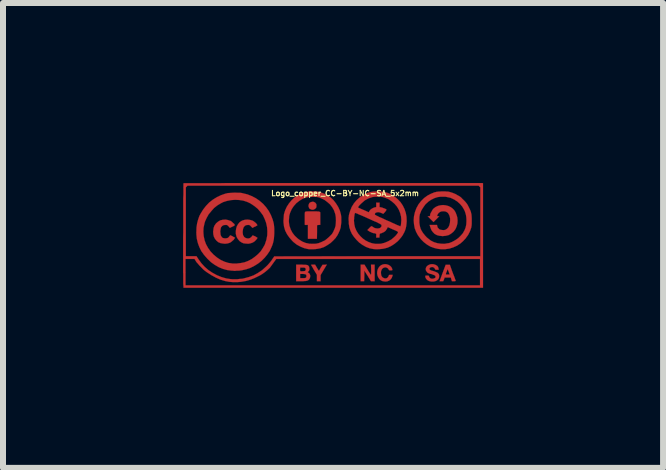
<source format=kicad_pcb>
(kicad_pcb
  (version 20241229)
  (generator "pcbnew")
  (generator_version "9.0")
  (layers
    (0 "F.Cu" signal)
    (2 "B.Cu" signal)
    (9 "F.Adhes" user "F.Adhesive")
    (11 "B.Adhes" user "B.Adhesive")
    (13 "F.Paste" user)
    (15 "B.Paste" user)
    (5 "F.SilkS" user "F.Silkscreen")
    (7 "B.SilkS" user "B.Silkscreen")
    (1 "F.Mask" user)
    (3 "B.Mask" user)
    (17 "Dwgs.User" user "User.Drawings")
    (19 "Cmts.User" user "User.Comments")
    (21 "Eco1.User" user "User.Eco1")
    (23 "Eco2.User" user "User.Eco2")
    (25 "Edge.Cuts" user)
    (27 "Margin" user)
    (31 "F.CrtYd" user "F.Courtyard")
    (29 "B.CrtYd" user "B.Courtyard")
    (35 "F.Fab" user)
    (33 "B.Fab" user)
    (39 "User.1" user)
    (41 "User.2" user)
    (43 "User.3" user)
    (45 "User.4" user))
  (footprint "Logo_copper_CC-BY-NC-SA_5x2mm"
    (layer "F.Cu")
    (at 2.501 0.872)
    (property "Reference" "Logo_copper_CC-BY-NC-SA_5x2mm" (at 0.2 -0.7 0) (layer "F.SilkS") (effects (font (size 0.089 0.089) (thickness 0.018))))
    (attr through_hole)
    (fp_poly (pts (xy -0.277 -0.488) (xy -0.279 -0.467) (xy -0.29 -0.45) (xy -0.307 -0.437) (xy -0.33 -0.427) (xy -0.345 -0.427) (xy -0.363 -0.429) (xy -0.366 -0.432) (xy -0.378 -0.437) (xy -0.386 -0.439) (xy -0.391 -0.442) (xy -0.396 -0.452) (xy -0.399 -0.455) (xy -0.409 -0.48) (xy -0.409 -0.503) (xy -0.401 -0.526) (xy -0.389 -0.544) (xy -0.368 -0.554) (xy -0.343 -0.559) (xy -0.34 -0.561) (xy -0.318 -0.556) (xy -0.297 -0.544) (xy -0.284 -0.528) (xy -0.277 -0.511) (xy -0.277 -0.488)) (stroke (width 0.003) (type solid)) (fill yes) (layer "F.Cu"))
    (fp_poly (pts (xy 0.693 0.765) (xy 0.663 0.765) (xy 0.632 0.765) (xy 0.577 0.676) (xy 0.521 0.587) (xy 0.521 0.676) (xy 0.518 0.765) (xy 0.488 0.765) (xy 0.46 0.765) (xy 0.46 0.627) (xy 0.46 0.488) (xy 0.49 0.488) (xy 0.523 0.488) (xy 0.577 0.577) (xy 0.592 0.602) (xy 0.607 0.625) (xy 0.62 0.643) (xy 0.627 0.655) (xy 0.632 0.66) (xy 0.632 0.655) (xy 0.635 0.643) (xy 0.635 0.622) (xy 0.635 0.597) (xy 0.635 0.574) (xy 0.632 0.488) (xy 0.663 0.488) (xy 0.693 0.488) (xy 0.693 0.627) (xy 0.693 0.765)) (stroke (width 0.003) (type solid)) (fill yes) (layer "F.Cu"))
    (fp_poly (pts (xy -0.104 0.488) (xy -0.157 0.577) (xy -0.208 0.663) (xy -0.208 0.714) (xy -0.208 0.765) (xy -0.239 0.765) (xy -0.269 0.765) (xy -0.269 0.711) (xy -0.269 0.658) (xy -0.318 0.577) (xy -0.333 0.551) (xy -0.345 0.528) (xy -0.356 0.511) (xy -0.363 0.498) (xy -0.368 0.493) (xy -0.363 0.49) (xy -0.353 0.49) (xy -0.335 0.488) (xy -0.3 0.488) (xy -0.269 0.541) (xy -0.254 0.566) (xy -0.244 0.582) (xy -0.236 0.589) (xy -0.234 0.589) (xy -0.229 0.582) (xy -0.221 0.569) (xy -0.211 0.549) (xy -0.203 0.536) (xy -0.175 0.49) (xy -0.14 0.49) (xy -0.104 0.488)) (stroke (width 0.003) (type solid)) (fill yes) (layer "F.Cu"))
    (fp_poly (pts (xy 2.045 0.759) (xy 2.04 0.762) (xy 2.027 0.765) (xy 2.012 0.765) (xy 1.981 0.765) (xy 1.971 0.734) (xy 1.963 0.704) (xy 1.943 0.704) (xy 1.943 0.653) (xy 1.928 0.61) (xy 1.92 0.589) (xy 1.915 0.574) (xy 1.91 0.569) (xy 1.91 0.566) (xy 1.905 0.574) (xy 1.9 0.587) (xy 1.895 0.602) (xy 1.887 0.62) (xy 1.882 0.635) (xy 1.88 0.648) (xy 1.88 0.65) (xy 1.885 0.653) (xy 1.895 0.653) (xy 1.91 0.653) (xy 1.943 0.653) (xy 1.943 0.704) (xy 1.91 0.704) (xy 1.859 0.704) (xy 1.849 0.734) (xy 1.836 0.765) (xy 1.806 0.765) (xy 1.775 0.765) (xy 1.826 0.627) (xy 1.877 0.49) (xy 1.913 0.49) (xy 1.946 0.49) (xy 1.994 0.625) (xy 2.007 0.658) (xy 2.019 0.688) (xy 2.029 0.716) (xy 2.037 0.739) (xy 2.042 0.752) (xy 2.045 0.759)) (stroke (width 0.003) (type solid)) (fill yes) (layer "F.Cu"))
    (fp_poly (pts (xy -0.213 -0.353) (xy -0.213 -0.338) (xy -0.213 -0.318) (xy -0.213 -0.29) (xy -0.213 -0.264) (xy -0.213 -0.175) (xy -0.239 -0.173) (xy -0.267 -0.17) (xy -0.267 -0.056) (xy -0.269 0.058) (xy -0.343 0.058) (xy -0.419 0.058) (xy -0.419 -0.056) (xy -0.419 -0.175) (xy -0.439 -0.173) (xy -0.455 -0.173) (xy -0.465 -0.173) (xy -0.467 -0.173) (xy -0.47 -0.175) (xy -0.472 -0.183) (xy -0.472 -0.198) (xy -0.472 -0.221) (xy -0.472 -0.249) (xy -0.472 -0.274) (xy -0.472 -0.31) (xy -0.472 -0.338) (xy -0.472 -0.358) (xy -0.47 -0.371) (xy -0.47 -0.381) (xy -0.467 -0.386) (xy -0.465 -0.389) (xy -0.462 -0.391) (xy -0.46 -0.394) (xy -0.455 -0.396) (xy -0.445 -0.396) (xy -0.432 -0.399) (xy -0.411 -0.399) (xy -0.386 -0.399) (xy -0.351 -0.399) (xy -0.343 -0.399) (xy -0.305 -0.399) (xy -0.274 -0.399) (xy -0.251 -0.396) (xy -0.234 -0.396) (xy -0.224 -0.391) (xy -0.216 -0.386) (xy -0.213 -0.381) (xy -0.213 -0.371) (xy -0.213 -0.361) (xy -0.213 -0.353)) (stroke (width 0.003) (type solid)) (fill yes) (layer "F.Cu"))
    (fp_poly (pts (xy 0.993 0.658) (xy 0.991 0.673) (xy 0.978 0.709) (xy 0.96 0.734) (xy 0.935 0.754) (xy 0.904 0.767) (xy 0.869 0.77) (xy 0.846 0.767) (xy 0.82 0.762) (xy 0.8 0.752) (xy 0.78 0.737) (xy 0.77 0.726) (xy 0.752 0.699) (xy 0.739 0.665) (xy 0.734 0.632) (xy 0.737 0.597) (xy 0.747 0.561) (xy 0.765 0.531) (xy 0.775 0.518) (xy 0.8 0.498) (xy 0.831 0.485) (xy 0.864 0.48) (xy 0.894 0.483) (xy 0.925 0.493) (xy 0.95 0.508) (xy 0.973 0.531) (xy 0.978 0.544) (xy 0.986 0.559) (xy 0.988 0.572) (xy 0.988 0.574) (xy 0.988 0.579) (xy 0.983 0.582) (xy 0.97 0.584) (xy 0.963 0.584) (xy 0.945 0.584) (xy 0.937 0.582) (xy 0.93 0.577) (xy 0.927 0.569) (xy 0.912 0.549) (xy 0.892 0.538) (xy 0.871 0.533) (xy 0.848 0.538) (xy 0.828 0.549) (xy 0.813 0.566) (xy 0.808 0.577) (xy 0.8 0.597) (xy 0.798 0.622) (xy 0.8 0.65) (xy 0.805 0.673) (xy 0.808 0.678) (xy 0.823 0.699) (xy 0.843 0.711) (xy 0.866 0.719) (xy 0.889 0.716) (xy 0.899 0.711) (xy 0.912 0.701) (xy 0.922 0.686) (xy 0.93 0.671) (xy 0.93 0.665) (xy 0.93 0.663) (xy 0.937 0.66) (xy 0.953 0.658) (xy 0.96 0.658) (xy 0.993 0.658)) (stroke (width 0.003) (type solid)) (fill yes) (layer "F.Cu"))
    (fp_poly (pts (xy -1.633 0.041) (xy -1.643 0.053) (xy -1.656 0.074) (xy -1.676 0.091) (xy -1.697 0.109) (xy -1.717 0.122) (xy -1.722 0.124) (xy -1.758 0.135) (xy -1.801 0.14) (xy -1.831 0.137) (xy -1.875 0.13) (xy -1.913 0.114) (xy -1.943 0.089) (xy -1.968 0.058) (xy -1.986 0.023) (xy -1.996 -0.018) (xy -1.999 -0.066) (xy -1.996 -0.079) (xy -1.991 -0.122) (xy -1.979 -0.157) (xy -1.956 -0.191) (xy -1.948 -0.201) (xy -1.915 -0.229) (xy -1.88 -0.249) (xy -1.839 -0.259) (xy -1.793 -0.262) (xy -1.773 -0.259) (xy -1.75 -0.254) (xy -1.727 -0.246) (xy -1.709 -0.241) (xy -1.694 -0.231) (xy -1.679 -0.218) (xy -1.664 -0.203) (xy -1.648 -0.191) (xy -1.641 -0.178) (xy -1.638 -0.17) (xy -1.643 -0.165) (xy -1.654 -0.157) (xy -1.671 -0.147) (xy -1.679 -0.145) (xy -1.72 -0.124) (xy -1.742 -0.15) (xy -1.755 -0.163) (xy -1.765 -0.17) (xy -1.775 -0.173) (xy -1.788 -0.173) (xy -1.796 -0.173) (xy -1.824 -0.17) (xy -1.847 -0.157) (xy -1.864 -0.137) (xy -1.867 -0.135) (xy -1.872 -0.117) (xy -1.877 -0.091) (xy -1.88 -0.064) (xy -1.877 -0.036) (xy -1.875 -0.01) (xy -1.872 0) (xy -1.859 0.023) (xy -1.844 0.041) (xy -1.821 0.048) (xy -1.796 0.051) (xy -1.77 0.048) (xy -1.75 0.041) (xy -1.735 0.025) (xy -1.727 0.015) (xy -1.72 0.005) (xy -1.712 0) (xy -1.707 0) (xy -1.694 0.008) (xy -1.676 0.015) (xy -1.671 0.02) (xy -1.633 0.041)) (stroke (width 0.003) (type solid)) (fill yes) (layer "F.Cu"))
    (fp_poly (pts (xy -1.262 0.038) (xy -1.262 0.046) (xy -1.267 0.056) (xy -1.275 0.066) (xy -1.303 0.097) (xy -1.336 0.119) (xy -1.372 0.132) (xy -1.412 0.14) (xy -1.458 0.137) (xy -1.496 0.132) (xy -1.527 0.117) (xy -1.557 0.097) (xy -1.562 0.091) (xy -1.587 0.061) (xy -1.608 0.025) (xy -1.618 -0.015) (xy -1.621 -0.023) (xy -1.621 -0.069) (xy -1.615 -0.112) (xy -1.603 -0.152) (xy -1.582 -0.188) (xy -1.557 -0.218) (xy -1.527 -0.239) (xy -1.506 -0.249) (xy -1.468 -0.259) (xy -1.427 -0.262) (xy -1.384 -0.257) (xy -1.346 -0.246) (xy -1.341 -0.244) (xy -1.323 -0.234) (xy -1.303 -0.218) (xy -1.285 -0.203) (xy -1.27 -0.185) (xy -1.267 -0.178) (xy -1.262 -0.173) (xy -1.262 -0.168) (xy -1.267 -0.163) (xy -1.278 -0.157) (xy -1.295 -0.147) (xy -1.303 -0.145) (xy -1.344 -0.124) (xy -1.369 -0.15) (xy -1.382 -0.163) (xy -1.392 -0.17) (xy -1.4 -0.173) (xy -1.415 -0.173) (xy -1.42 -0.173) (xy -1.448 -0.17) (xy -1.468 -0.16) (xy -1.486 -0.14) (xy -1.494 -0.127) (xy -1.501 -0.102) (xy -1.506 -0.069) (xy -1.506 -0.038) (xy -1.501 -0.008) (xy -1.496 0.005) (xy -1.481 0.028) (xy -1.46 0.043) (xy -1.435 0.051) (xy -1.41 0.053) (xy -1.387 0.046) (xy -1.364 0.03) (xy -1.354 0.018) (xy -1.344 0.008) (xy -1.344 0.003) (xy -1.341 0) (xy -1.333 0.003) (xy -1.321 0.008) (xy -1.303 0.015) (xy -1.285 0.025) (xy -1.273 0.033) (xy -1.262 0.038)) (stroke (width 0.003) (type solid)) (fill yes) (layer "F.Cu"))
    (fp_poly (pts (xy -0.381 0.693) (xy -0.389 0.719) (xy -0.404 0.742) (xy -0.427 0.754) (xy -0.434 0.757) (xy -0.445 0.759) (xy -0.445 0.678) (xy -0.445 0.663) (xy -0.452 0.653) (xy -0.455 0.653) (xy -0.455 0.564) (xy -0.46 0.551) (xy -0.462 0.546) (xy -0.47 0.541) (xy -0.483 0.538) (xy -0.503 0.538) (xy -0.508 0.538) (xy -0.549 0.538) (xy -0.549 0.554) (xy -0.551 0.572) (xy -0.549 0.584) (xy -0.549 0.592) (xy -0.546 0.597) (xy -0.538 0.599) (xy -0.523 0.599) (xy -0.513 0.599) (xy -0.488 0.597) (xy -0.47 0.594) (xy -0.465 0.592) (xy -0.457 0.579) (xy -0.455 0.564) (xy -0.455 0.653) (xy -0.465 0.648) (xy -0.483 0.645) (xy -0.508 0.643) (xy -0.549 0.643) (xy -0.549 0.678) (xy -0.549 0.714) (xy -0.505 0.714) (xy -0.483 0.714) (xy -0.467 0.711) (xy -0.457 0.709) (xy -0.452 0.706) (xy -0.445 0.693) (xy -0.445 0.678) (xy -0.445 0.759) (xy -0.447 0.759) (xy -0.46 0.762) (xy -0.48 0.762) (xy -0.505 0.765) (xy -0.531 0.765) (xy -0.615 0.765) (xy -0.615 0.627) (xy -0.615 0.488) (xy -0.531 0.488) (xy -0.495 0.49) (xy -0.467 0.49) (xy -0.447 0.493) (xy -0.432 0.495) (xy -0.419 0.5) (xy -0.411 0.508) (xy -0.406 0.513) (xy -0.399 0.526) (xy -0.396 0.546) (xy -0.394 0.566) (xy -0.396 0.577) (xy -0.401 0.589) (xy -0.411 0.602) (xy -0.414 0.602) (xy -0.422 0.612) (xy -0.422 0.617) (xy -0.419 0.617) (xy -0.406 0.627) (xy -0.391 0.64) (xy -0.384 0.658) (xy -0.381 0.665) (xy -0.381 0.693)) (stroke (width 0.003) (type solid)) (fill yes) (layer "F.Cu"))
    (fp_poly (pts (xy 1.768 0.693) (xy 1.763 0.714) (xy 1.753 0.732) (xy 1.748 0.737) (xy 1.73 0.752) (xy 1.702 0.765) (xy 1.671 0.77) (xy 1.641 0.77) (xy 1.636 0.77) (xy 1.6 0.762) (xy 1.572 0.747) (xy 1.552 0.726) (xy 1.539 0.701) (xy 1.539 0.699) (xy 1.537 0.683) (xy 1.539 0.673) (xy 1.547 0.671) (xy 1.565 0.671) (xy 1.57 0.671) (xy 1.585 0.671) (xy 1.593 0.673) (xy 1.598 0.681) (xy 1.6 0.688) (xy 1.61 0.706) (xy 1.628 0.719) (xy 1.648 0.724) (xy 1.674 0.721) (xy 1.687 0.716) (xy 1.702 0.709) (xy 1.709 0.696) (xy 1.707 0.683) (xy 1.704 0.676) (xy 1.697 0.668) (xy 1.684 0.663) (xy 1.664 0.655) (xy 1.638 0.645) (xy 1.623 0.643) (xy 1.6 0.635) (xy 1.582 0.627) (xy 1.572 0.62) (xy 1.565 0.612) (xy 1.549 0.589) (xy 1.544 0.566) (xy 1.547 0.544) (xy 1.557 0.523) (xy 1.575 0.505) (xy 1.595 0.493) (xy 1.621 0.483) (xy 1.651 0.48) (xy 1.679 0.483) (xy 1.709 0.493) (xy 1.735 0.508) (xy 1.75 0.528) (xy 1.758 0.554) (xy 1.76 0.574) (xy 1.732 0.574) (xy 1.714 0.574) (xy 1.707 0.572) (xy 1.702 0.566) (xy 1.697 0.559) (xy 1.689 0.544) (xy 1.671 0.533) (xy 1.654 0.528) (xy 1.633 0.531) (xy 1.618 0.538) (xy 1.615 0.541) (xy 1.608 0.551) (xy 1.605 0.561) (xy 1.61 0.569) (xy 1.613 0.574) (xy 1.623 0.579) (xy 1.643 0.589) (xy 1.674 0.597) (xy 1.676 0.597) (xy 1.709 0.61) (xy 1.735 0.62) (xy 1.75 0.632) (xy 1.763 0.648) (xy 1.768 0.665) (xy 1.768 0.671) (xy 1.768 0.693)) (stroke (width 0.003) (type solid)) (fill yes) (layer "F.Cu"))
    (fp_poly (pts (xy 2.075 -0.251) (xy 2.073 -0.203) (xy 2.062 -0.157) (xy 2.045 -0.114) (xy 2.035 -0.097) (xy 2.019 -0.076) (xy 2.004 -0.058) (xy 2.002 -0.056) (xy 1.963 -0.025) (xy 1.923 -0.003) (xy 1.875 0.008) (xy 1.826 0.013) (xy 1.778 0.008) (xy 1.775 0.008) (xy 1.732 -0.003) (xy 1.694 -0.023) (xy 1.664 -0.053) (xy 1.638 -0.089) (xy 1.621 -0.135) (xy 1.613 -0.16) (xy 1.608 -0.173) (xy 1.671 -0.173) (xy 1.732 -0.173) (xy 1.737 -0.152) (xy 1.742 -0.132) (xy 1.758 -0.114) (xy 1.773 -0.099) (xy 1.775 -0.099) (xy 1.786 -0.094) (xy 1.801 -0.091) (xy 1.814 -0.089) (xy 1.847 -0.086) (xy 1.877 -0.094) (xy 1.902 -0.112) (xy 1.923 -0.135) (xy 1.938 -0.168) (xy 1.948 -0.208) (xy 1.951 -0.244) (xy 1.951 -0.282) (xy 1.943 -0.318) (xy 1.933 -0.345) (xy 1.93 -0.348) (xy 1.915 -0.373) (xy 1.892 -0.389) (xy 1.869 -0.399) (xy 1.836 -0.401) (xy 1.806 -0.399) (xy 1.781 -0.389) (xy 1.758 -0.371) (xy 1.745 -0.353) (xy 1.737 -0.335) (xy 1.735 -0.325) (xy 1.737 -0.32) (xy 1.75 -0.32) (xy 1.753 -0.318) (xy 1.77 -0.318) (xy 1.722 -0.269) (xy 1.674 -0.221) (xy 1.626 -0.269) (xy 1.577 -0.318) (xy 1.595 -0.318) (xy 1.61 -0.32) (xy 1.618 -0.33) (xy 1.618 -0.343) (xy 1.621 -0.356) (xy 1.628 -0.373) (xy 1.641 -0.394) (xy 1.651 -0.414) (xy 1.664 -0.434) (xy 1.676 -0.447) (xy 1.709 -0.472) (xy 1.748 -0.49) (xy 1.788 -0.5) (xy 1.834 -0.505) (xy 1.877 -0.5) (xy 1.923 -0.488) (xy 1.951 -0.475) (xy 1.986 -0.452) (xy 2.017 -0.422) (xy 2.04 -0.386) (xy 2.057 -0.343) (xy 2.07 -0.3) (xy 2.075 -0.251)) (stroke (width 0.003) (type solid)) (fill yes) (layer "F.Cu"))
    (fp_poly (pts (xy -0.98 -0.069) (xy -0.98 -0.033) (xy -0.983 0.013) (xy -0.986 0.056) (xy -0.993 0.094) (xy -1.001 0.13) (xy -1.013 0.165) (xy -1.024 0.191) (xy -1.054 0.257) (xy -1.095 0.318) (xy -1.095 -0.069) (xy -1.1 -0.137) (xy -1.115 -0.206) (xy -1.138 -0.269) (xy -1.168 -0.333) (xy -1.209 -0.389) (xy -1.255 -0.442) (xy -1.311 -0.488) (xy -1.372 -0.528) (xy -1.374 -0.531) (xy -1.435 -0.559) (xy -1.499 -0.579) (xy -1.565 -0.589) (xy -1.633 -0.592) (xy -1.702 -0.587) (xy -1.768 -0.574) (xy -1.831 -0.554) (xy -1.872 -0.533) (xy -1.93 -0.498) (xy -1.984 -0.455) (xy -2.029 -0.404) (xy -2.073 -0.351) (xy -2.106 -0.292) (xy -2.134 -0.231) (xy -2.144 -0.196) (xy -2.159 -0.124) (xy -2.162 -0.053) (xy -2.156 0.015) (xy -2.141 0.084) (xy -2.118 0.147) (xy -2.083 0.211) (xy -2.042 0.269) (xy -1.991 0.323) (xy -1.933 0.371) (xy -1.875 0.409) (xy -1.811 0.439) (xy -1.745 0.46) (xy -1.676 0.47) (xy -1.603 0.47) (xy -1.537 0.462) (xy -1.476 0.45) (xy -1.415 0.427) (xy -1.356 0.396) (xy -1.303 0.358) (xy -1.252 0.315) (xy -1.206 0.267) (xy -1.171 0.213) (xy -1.14 0.16) (xy -1.133 0.142) (xy -1.11 0.071) (xy -1.097 0) (xy -1.095 -0.069) (xy -1.095 0.318) (xy -1.14 0.373) (xy -1.194 0.427) (xy -1.252 0.472) (xy -1.316 0.511) (xy -1.382 0.544) (xy -1.448 0.566) (xy -1.519 0.582) (xy -1.552 0.587) (xy -1.582 0.589) (xy -1.608 0.589) (xy -1.631 0.592) (xy -1.648 0.592) (xy -1.669 0.589) (xy -1.687 0.589) (xy -1.763 0.579) (xy -1.836 0.559) (xy -1.905 0.531) (xy -1.971 0.493) (xy -2.035 0.447) (xy -2.095 0.389) (xy -2.149 0.328) (xy -2.195 0.264) (xy -2.228 0.198) (xy -2.253 0.13) (xy -2.271 0.056) (xy -2.278 -0.018) (xy -2.278 -0.058) (xy -2.276 -0.13) (xy -2.266 -0.198) (xy -2.25 -0.259) (xy -2.228 -0.323) (xy -2.207 -0.361) (xy -2.167 -0.427) (xy -2.118 -0.49) (xy -2.065 -0.546) (xy -2.004 -0.594) (xy -1.938 -0.635) (xy -1.869 -0.668) (xy -1.798 -0.693) (xy -1.753 -0.704) (xy -1.72 -0.706) (xy -1.679 -0.709) (xy -1.636 -0.711) (xy -1.593 -0.709) (xy -1.549 -0.709) (xy -1.514 -0.704) (xy -1.506 -0.701) (xy -1.43 -0.683) (xy -1.359 -0.655) (xy -1.29 -0.62) (xy -1.227 -0.577) (xy -1.168 -0.526) (xy -1.118 -0.47) (xy -1.072 -0.406) (xy -1.036 -0.338) (xy -1.008 -0.267) (xy -1.003 -0.249) (xy -0.993 -0.213) (xy -0.986 -0.18) (xy -0.983 -0.147) (xy -0.98 -0.109) (xy -0.98 -0.069)) (stroke (width 0.003) (type solid)) (fill yes) (layer "F.Cu"))
    (fp_poly (pts (xy 2.311 -0.239) (xy 2.311 -0.198) (xy 2.309 -0.165) (xy 2.304 -0.137) (xy 2.304 -0.132) (xy 2.281 -0.066) (xy 2.25 -0.005) (xy 2.223 0.03) (xy 2.223 -0.234) (xy 2.223 -0.264) (xy 2.22 -0.305) (xy 2.215 -0.338) (xy 2.207 -0.368) (xy 2.197 -0.399) (xy 2.184 -0.427) (xy 2.154 -0.478) (xy 2.116 -0.523) (xy 2.07 -0.564) (xy 2.019 -0.597) (xy 1.966 -0.622) (xy 1.951 -0.627) (xy 1.915 -0.635) (xy 1.875 -0.643) (xy 1.829 -0.643) (xy 1.788 -0.643) (xy 1.75 -0.638) (xy 1.745 -0.638) (xy 1.689 -0.62) (xy 1.633 -0.592) (xy 1.585 -0.559) (xy 1.539 -0.516) (xy 1.504 -0.467) (xy 1.471 -0.414) (xy 1.453 -0.368) (xy 1.445 -0.348) (xy 1.443 -0.333) (xy 1.44 -0.318) (xy 1.438 -0.3) (xy 1.438 -0.279) (xy 1.438 -0.251) (xy 1.438 -0.208) (xy 1.443 -0.173) (xy 1.45 -0.14) (xy 1.46 -0.107) (xy 1.473 -0.081) (xy 1.496 -0.043) (xy 1.527 -0.003) (xy 1.56 0.033) (xy 1.598 0.064) (xy 1.631 0.089) (xy 1.681 0.114) (xy 1.74 0.132) (xy 1.798 0.14) (xy 1.857 0.142) (xy 1.915 0.132) (xy 1.933 0.13) (xy 1.986 0.109) (xy 2.037 0.081) (xy 2.085 0.048) (xy 2.126 0.008) (xy 2.162 -0.033) (xy 2.189 -0.081) (xy 2.192 -0.086) (xy 2.21 -0.132) (xy 2.22 -0.18) (xy 2.223 -0.234) (xy 2.223 0.03) (xy 2.212 0.048) (xy 2.164 0.099) (xy 2.123 0.135) (xy 2.065 0.173) (xy 2.002 0.201) (xy 1.938 0.221) (xy 1.869 0.231) (xy 1.798 0.231) (xy 1.75 0.226) (xy 1.687 0.211) (xy 1.623 0.188) (xy 1.567 0.155) (xy 1.511 0.112) (xy 1.463 0.064) (xy 1.455 0.053) (xy 1.415 0) (xy 1.384 -0.058) (xy 1.361 -0.119) (xy 1.349 -0.185) (xy 1.344 -0.251) (xy 1.349 -0.318) (xy 1.364 -0.384) (xy 1.387 -0.447) (xy 1.394 -0.462) (xy 1.427 -0.521) (xy 1.468 -0.572) (xy 1.516 -0.62) (xy 1.57 -0.66) (xy 1.628 -0.691) (xy 1.689 -0.716) (xy 1.704 -0.719) (xy 1.722 -0.724) (xy 1.737 -0.726) (xy 1.758 -0.729) (xy 1.778 -0.729) (xy 1.806 -0.732) (xy 1.831 -0.732) (xy 1.864 -0.732) (xy 1.892 -0.729) (xy 1.913 -0.729) (xy 1.93 -0.726) (xy 1.948 -0.721) (xy 1.956 -0.719) (xy 1.996 -0.706) (xy 2.04 -0.688) (xy 2.08 -0.665) (xy 2.111 -0.648) (xy 2.134 -0.63) (xy 2.156 -0.607) (xy 2.182 -0.582) (xy 2.207 -0.556) (xy 2.225 -0.533) (xy 2.233 -0.523) (xy 2.25 -0.493) (xy 2.268 -0.457) (xy 2.286 -0.419) (xy 2.299 -0.384) (xy 2.299 -0.376) (xy 2.306 -0.351) (xy 2.309 -0.315) (xy 2.311 -0.277) (xy 2.311 -0.239)) (stroke (width 0.003) (type solid)) (fill yes) (layer "F.Cu"))
    (fp_poly (pts (xy 0.137 -0.262) (xy 0.137 -0.216) (xy 0.132 -0.173) (xy 0.127 -0.132) (xy 0.124 -0.122) (xy 0.112 -0.084) (xy 0.094 -0.043) (xy 0.074 -0.003) (xy 0.053 0.028) (xy 0.048 0.033) (xy 0.048 -0.249) (xy 0.046 -0.302) (xy 0.038 -0.351) (xy 0.023 -0.396) (xy 0.013 -0.422) (xy -0.015 -0.47) (xy -0.051 -0.516) (xy -0.097 -0.556) (xy -0.145 -0.592) (xy -0.198 -0.617) (xy -0.229 -0.63) (xy -0.246 -0.635) (xy -0.262 -0.638) (xy -0.279 -0.64) (xy -0.3 -0.64) (xy -0.328 -0.64) (xy -0.34 -0.64) (xy -0.373 -0.64) (xy -0.396 -0.64) (xy -0.414 -0.638) (xy -0.429 -0.635) (xy -0.447 -0.632) (xy -0.455 -0.63) (xy -0.511 -0.607) (xy -0.564 -0.574) (xy -0.612 -0.536) (xy -0.653 -0.49) (xy -0.688 -0.439) (xy -0.714 -0.381) (xy -0.724 -0.351) (xy -0.732 -0.318) (xy -0.734 -0.279) (xy -0.737 -0.241) (xy -0.734 -0.201) (xy -0.729 -0.168) (xy -0.726 -0.155) (xy -0.706 -0.097) (xy -0.676 -0.041) (xy -0.638 0.008) (xy -0.592 0.051) (xy -0.566 0.071) (xy -0.513 0.104) (xy -0.457 0.127) (xy -0.396 0.14) (xy -0.335 0.142) (xy -0.284 0.14) (xy -0.239 0.13) (xy -0.193 0.112) (xy -0.15 0.091) (xy -0.137 0.086) (xy -0.122 0.074) (xy -0.102 0.058) (xy -0.079 0.038) (xy -0.058 0.02) (xy -0.058 0.018) (xy -0.036 -0.003) (xy -0.02 -0.02) (xy -0.008 -0.038) (xy 0.003 -0.058) (xy 0.008 -0.069) (xy 0.028 -0.114) (xy 0.041 -0.155) (xy 0.046 -0.201) (xy 0.048 -0.249) (xy 0.048 0.033) (xy 0.048 0.038) (xy 0.005 0.084) (xy -0.041 0.127) (xy -0.097 0.165) (xy -0.152 0.196) (xy -0.211 0.216) (xy -0.224 0.218) (xy -0.254 0.224) (xy -0.29 0.229) (xy -0.325 0.231) (xy -0.363 0.231) (xy -0.396 0.231) (xy -0.417 0.229) (xy -0.483 0.213) (xy -0.544 0.188) (xy -0.605 0.155) (xy -0.66 0.112) (xy -0.683 0.089) (xy -0.729 0.036) (xy -0.767 -0.018) (xy -0.798 -0.079) (xy -0.813 -0.13) (xy -0.818 -0.15) (xy -0.82 -0.17) (xy -0.823 -0.193) (xy -0.826 -0.216) (xy -0.826 -0.246) (xy -0.823 -0.292) (xy -0.82 -0.33) (xy -0.818 -0.353) (xy -0.798 -0.417) (xy -0.77 -0.478) (xy -0.734 -0.533) (xy -0.691 -0.584) (xy -0.643 -0.63) (xy -0.589 -0.668) (xy -0.531 -0.699) (xy -0.467 -0.719) (xy -0.455 -0.721) (xy -0.424 -0.726) (xy -0.389 -0.732) (xy -0.348 -0.732) (xy -0.305 -0.732) (xy -0.267 -0.729) (xy -0.234 -0.724) (xy -0.216 -0.719) (xy -0.152 -0.696) (xy -0.091 -0.665) (xy -0.036 -0.627) (xy 0.01 -0.582) (xy 0.051 -0.528) (xy 0.086 -0.472) (xy 0.114 -0.409) (xy 0.132 -0.343) (xy 0.132 -0.34) (xy 0.137 -0.302) (xy 0.137 -0.262)) (stroke (width 0.003) (type solid)) (fill yes) (layer "F.Cu"))
    (fp_poly (pts (xy 2.499 0.874) (xy 2.454 0.874) (xy 2.454 0.348) (xy 2.454 -0.224) (xy 2.454 -0.8) (xy 2.438 -0.815) (xy 2.426 -0.828) (xy 0 -0.828) (xy -2.426 -0.828) (xy -2.438 -0.815) (xy -2.454 -0.8) (xy -2.454 -0.224) (xy -2.454 0.348) (xy -2.365 0.348) (xy -2.276 0.348) (xy -2.243 0.399) (xy -2.195 0.465) (xy -2.139 0.526) (xy -2.078 0.579) (xy -2.009 0.625) (xy -1.935 0.665) (xy -1.859 0.696) (xy -1.778 0.719) (xy -1.712 0.729) (xy -1.679 0.732) (xy -1.638 0.732) (xy -1.595 0.732) (xy -1.552 0.726) (xy -1.514 0.724) (xy -1.491 0.719) (xy -1.405 0.696) (xy -1.326 0.668) (xy -1.252 0.627) (xy -1.184 0.582) (xy -1.118 0.523) (xy -1.092 0.498) (xy -1.069 0.472) (xy -1.046 0.445) (xy -1.026 0.419) (xy -1.013 0.399) (xy -0.98 0.351) (xy 0.734 0.348) (xy 2.454 0.348) (xy 2.454 0.874) (xy 2.449 0.874) (xy 2.449 0.833) (xy 2.449 0.615) (xy 2.449 0.394) (xy 0.749 0.394) (xy -0.947 0.394) (xy -0.98 0.439) (xy -1.019 0.493) (xy -1.054 0.541) (xy -1.095 0.579) (xy -1.135 0.612) (xy -1.181 0.645) (xy -1.214 0.665) (xy -1.27 0.693) (xy -1.318 0.716) (xy -1.364 0.734) (xy -1.41 0.749) (xy -1.458 0.762) (xy -1.46 0.762) (xy -1.534 0.775) (xy -1.6 0.78) (xy -1.664 0.78) (xy -1.73 0.775) (xy -1.798 0.762) (xy -1.875 0.739) (xy -1.951 0.706) (xy -2.029 0.663) (xy -2.108 0.612) (xy -2.134 0.592) (xy -2.154 0.577) (xy -2.177 0.554) (xy -2.202 0.528) (xy -2.23 0.5) (xy -2.253 0.472) (xy -2.276 0.447) (xy -2.291 0.424) (xy -2.299 0.409) (xy -2.309 0.394) (xy -2.383 0.394) (xy -2.459 0.394) (xy -2.459 0.615) (xy -2.459 0.833) (xy -0.003 0.833) (xy 2.449 0.833) (xy 2.449 0.874) (xy 0.003 0.874) (xy -2.492 0.874) (xy -2.497 0.803) (xy -2.497 0.787) (xy -2.497 0.765) (xy -2.497 0.734) (xy -2.497 0.693) (xy -2.497 0.648) (xy -2.499 0.597) (xy -2.499 0.538) (xy -2.499 0.478) (xy -2.499 0.411) (xy -2.499 0.34) (xy -2.499 0.267) (xy -2.499 0.191) (xy -2.499 0.112) (xy -2.499 0.033) (xy -2.497 -0.043) (xy -2.497 -0.122) (xy -2.497 -0.201) (xy -2.497 -0.277) (xy -2.497 -0.353) (xy -2.497 -0.427) (xy -2.497 -0.495) (xy -2.497 -0.559) (xy -2.497 -0.62) (xy -2.494 -0.676) (xy -2.494 -0.726) (xy -2.494 -0.77) (xy -2.494 -0.805) (xy -2.494 -0.833) (xy -2.494 -0.853) (xy -2.492 -0.866) (xy -2.487 -0.869) (xy -2.471 -0.869) (xy -2.449 -0.869) (xy -2.416 -0.869) (xy -2.375 -0.869) (xy -2.324 -0.869) (xy -2.266 -0.869) (xy -2.202 -0.869) (xy -2.129 -0.869) (xy -2.05 -0.869) (xy -1.966 -0.869) (xy -1.875 -0.869) (xy -1.778 -0.871) (xy -1.676 -0.871) (xy -1.57 -0.871) (xy -1.458 -0.871) (xy -1.344 -0.871) (xy -1.224 -0.871) (xy -1.102 -0.871) (xy -0.975 -0.871) (xy -0.848 -0.871) (xy -0.719 -0.871) (xy -0.584 -0.871) (xy -0.452 -0.871) (xy -0.315 -0.871) (xy -0.18 -0.871) (xy -0.043 -0.871) (xy 0.091 -0.871) (xy 0.226 -0.871) (xy 0.363 -0.871) (xy 0.498 -0.871) (xy 0.63 -0.871) (xy 0.762 -0.871) (xy 0.892 -0.871) (xy 1.019 -0.871) (xy 1.143 -0.871) (xy 1.262 -0.871) (xy 1.382 -0.871) (xy 1.494 -0.871) (xy 1.603 -0.871) (xy 1.707 -0.871) (xy 1.806 -0.871) (xy 1.902 -0.871) (xy 1.989 -0.871) (xy 2.073 -0.871) (xy 2.146 -0.871) (xy 2.215 -0.871) (xy 2.278 -0.871) (xy 2.332 -0.871) (xy 2.377 -0.871) (xy 2.416 -0.871) (xy 2.443 -0.871) (xy 2.464 -0.871) (xy 2.474 -0.871) (xy 2.477 -0.871) (xy 2.499 -0.869) (xy 2.499 0.003) (xy 2.499 0.874)) (stroke (width 0.003) (type solid)) (fill yes) (layer "F.Cu"))
    (fp_poly (pts (xy 1.227 -0.236) (xy 1.224 -0.198) (xy 1.219 -0.155) (xy 1.212 -0.119) (xy 1.201 -0.084) (xy 1.186 -0.048) (xy 1.184 -0.046) (xy 1.161 -0.003) (xy 1.138 0.03) (xy 1.138 -0.254) (xy 1.133 -0.315) (xy 1.118 -0.373) (xy 1.095 -0.429) (xy 1.064 -0.48) (xy 1.024 -0.526) (xy 0.978 -0.566) (xy 0.925 -0.602) (xy 0.914 -0.607) (xy 0.871 -0.625) (xy 0.828 -0.638) (xy 0.78 -0.643) (xy 0.726 -0.643) (xy 0.696 -0.643) (xy 0.673 -0.64) (xy 0.655 -0.638) (xy 0.638 -0.632) (xy 0.617 -0.625) (xy 0.594 -0.617) (xy 0.569 -0.605) (xy 0.549 -0.594) (xy 0.546 -0.592) (xy 0.531 -0.584) (xy 0.513 -0.569) (xy 0.493 -0.551) (xy 0.47 -0.531) (xy 0.452 -0.513) (xy 0.434 -0.495) (xy 0.424 -0.48) (xy 0.419 -0.475) (xy 0.417 -0.467) (xy 0.419 -0.462) (xy 0.429 -0.457) (xy 0.439 -0.452) (xy 0.457 -0.445) (xy 0.48 -0.434) (xy 0.505 -0.424) (xy 0.521 -0.417) (xy 0.594 -0.384) (xy 0.607 -0.406) (xy 0.625 -0.429) (xy 0.65 -0.447) (xy 0.678 -0.46) (xy 0.691 -0.465) (xy 0.719 -0.47) (xy 0.719 -0.508) (xy 0.719 -0.544) (xy 0.747 -0.544) (xy 0.775 -0.544) (xy 0.775 -0.508) (xy 0.775 -0.47) (xy 0.805 -0.465) (xy 0.823 -0.46) (xy 0.843 -0.452) (xy 0.864 -0.445) (xy 0.879 -0.437) (xy 0.889 -0.429) (xy 0.892 -0.427) (xy 0.889 -0.422) (xy 0.881 -0.409) (xy 0.871 -0.396) (xy 0.866 -0.389) (xy 0.836 -0.358) (xy 0.808 -0.371) (xy 0.782 -0.381) (xy 0.757 -0.386) (xy 0.734 -0.384) (xy 0.714 -0.378) (xy 0.701 -0.368) (xy 0.696 -0.353) (xy 0.696 -0.348) (xy 0.699 -0.345) (xy 0.701 -0.34) (xy 0.709 -0.338) (xy 0.719 -0.33) (xy 0.732 -0.325) (xy 0.752 -0.315) (xy 0.777 -0.302) (xy 0.808 -0.29) (xy 0.846 -0.272) (xy 0.894 -0.249) (xy 0.907 -0.244) (xy 0.95 -0.226) (xy 0.991 -0.206) (xy 1.026 -0.191) (xy 1.059 -0.175) (xy 1.085 -0.165) (xy 1.105 -0.157) (xy 1.118 -0.15) (xy 1.123 -0.15) (xy 1.125 -0.155) (xy 1.13 -0.168) (xy 1.133 -0.188) (xy 1.133 -0.193) (xy 1.138 -0.254) (xy 1.138 0.03) (xy 1.135 0.033) (xy 1.105 0.069) (xy 1.082 0.094) (xy 1.082 -0.053) (xy 1.077 -0.061) (xy 1.064 -0.069) (xy 1.044 -0.079) (xy 1.016 -0.091) (xy 1.001 -0.097) (xy 0.912 -0.137) (xy 0.897 -0.107) (xy 0.876 -0.076) (xy 0.851 -0.056) (xy 0.818 -0.041) (xy 0.813 -0.038) (xy 0.795 -0.033) (xy 0.782 -0.028) (xy 0.777 -0.018) (xy 0.775 -0.005) (xy 0.775 0.005) (xy 0.772 0.038) (xy 0.747 0.038) (xy 0.719 0.038) (xy 0.719 0.005) (xy 0.719 -0.01) (xy 0.719 -0.023) (xy 0.714 -0.028) (xy 0.704 -0.03) (xy 0.688 -0.036) (xy 0.676 -0.036) (xy 0.658 -0.041) (xy 0.635 -0.051) (xy 0.612 -0.061) (xy 0.592 -0.074) (xy 0.584 -0.079) (xy 0.572 -0.089) (xy 0.605 -0.122) (xy 0.622 -0.14) (xy 0.635 -0.15) (xy 0.643 -0.152) (xy 0.645 -0.152) (xy 0.671 -0.135) (xy 0.693 -0.122) (xy 0.714 -0.117) (xy 0.739 -0.114) (xy 0.742 -0.114) (xy 0.77 -0.117) (xy 0.79 -0.127) (xy 0.803 -0.142) (xy 0.808 -0.157) (xy 0.805 -0.173) (xy 0.803 -0.178) (xy 0.798 -0.18) (xy 0.792 -0.185) (xy 0.782 -0.191) (xy 0.767 -0.198) (xy 0.749 -0.208) (xy 0.724 -0.221) (xy 0.691 -0.234) (xy 0.653 -0.251) (xy 0.607 -0.272) (xy 0.584 -0.282) (xy 0.541 -0.302) (xy 0.5 -0.32) (xy 0.465 -0.335) (xy 0.432 -0.348) (xy 0.406 -0.361) (xy 0.386 -0.368) (xy 0.373 -0.373) (xy 0.368 -0.373) (xy 0.363 -0.366) (xy 0.358 -0.351) (xy 0.356 -0.328) (xy 0.351 -0.302) (xy 0.351 -0.277) (xy 0.348 -0.251) (xy 0.348 -0.246) (xy 0.353 -0.188) (xy 0.366 -0.13) (xy 0.389 -0.076) (xy 0.419 -0.028) (xy 0.455 0.015) (xy 0.495 0.053) (xy 0.541 0.086) (xy 0.592 0.112) (xy 0.648 0.132) (xy 0.704 0.142) (xy 0.762 0.142) (xy 0.8 0.14) (xy 0.861 0.124) (xy 0.919 0.099) (xy 0.973 0.069) (xy 1.021 0.028) (xy 1.052 -0.003) (xy 1.064 -0.02) (xy 1.077 -0.036) (xy 1.082 -0.046) (xy 1.082 -0.053) (xy 1.082 0.094) (xy 1.079 0.097) (xy 1.024 0.142) (xy 0.968 0.178) (xy 0.907 0.206) (xy 0.848 0.221) (xy 0.818 0.226) (xy 0.782 0.229) (xy 0.747 0.231) (xy 0.711 0.231) (xy 0.681 0.229) (xy 0.676 0.229) (xy 0.61 0.216) (xy 0.549 0.193) (xy 0.49 0.16) (xy 0.434 0.119) (xy 0.391 0.076) (xy 0.348 0.025) (xy 0.315 -0.023) (xy 0.29 -0.076) (xy 0.272 -0.132) (xy 0.262 -0.196) (xy 0.262 -0.231) (xy 0.259 -0.264) (xy 0.259 -0.29) (xy 0.262 -0.31) (xy 0.264 -0.333) (xy 0.267 -0.348) (xy 0.287 -0.414) (xy 0.312 -0.475) (xy 0.348 -0.533) (xy 0.391 -0.584) (xy 0.442 -0.63) (xy 0.498 -0.668) (xy 0.533 -0.688) (xy 0.579 -0.709) (xy 0.622 -0.721) (xy 0.671 -0.729) (xy 0.719 -0.732) (xy 0.79 -0.732) (xy 0.859 -0.721) (xy 0.919 -0.704) (xy 0.98 -0.676) (xy 1.036 -0.638) (xy 1.077 -0.602) (xy 1.123 -0.554) (xy 1.161 -0.498) (xy 1.191 -0.437) (xy 1.212 -0.373) (xy 1.224 -0.307) (xy 1.227 -0.236)) (stroke (width 0.003) (type solid)) (fill yes) (layer "F.Cu")))
  (gr_rect
    (start -3 -3)
    (end 8.001 4.748)
    (stroke (width 0.1) (type default))
    (fill no)
    (layer "Edge.Cuts")))
</source>
